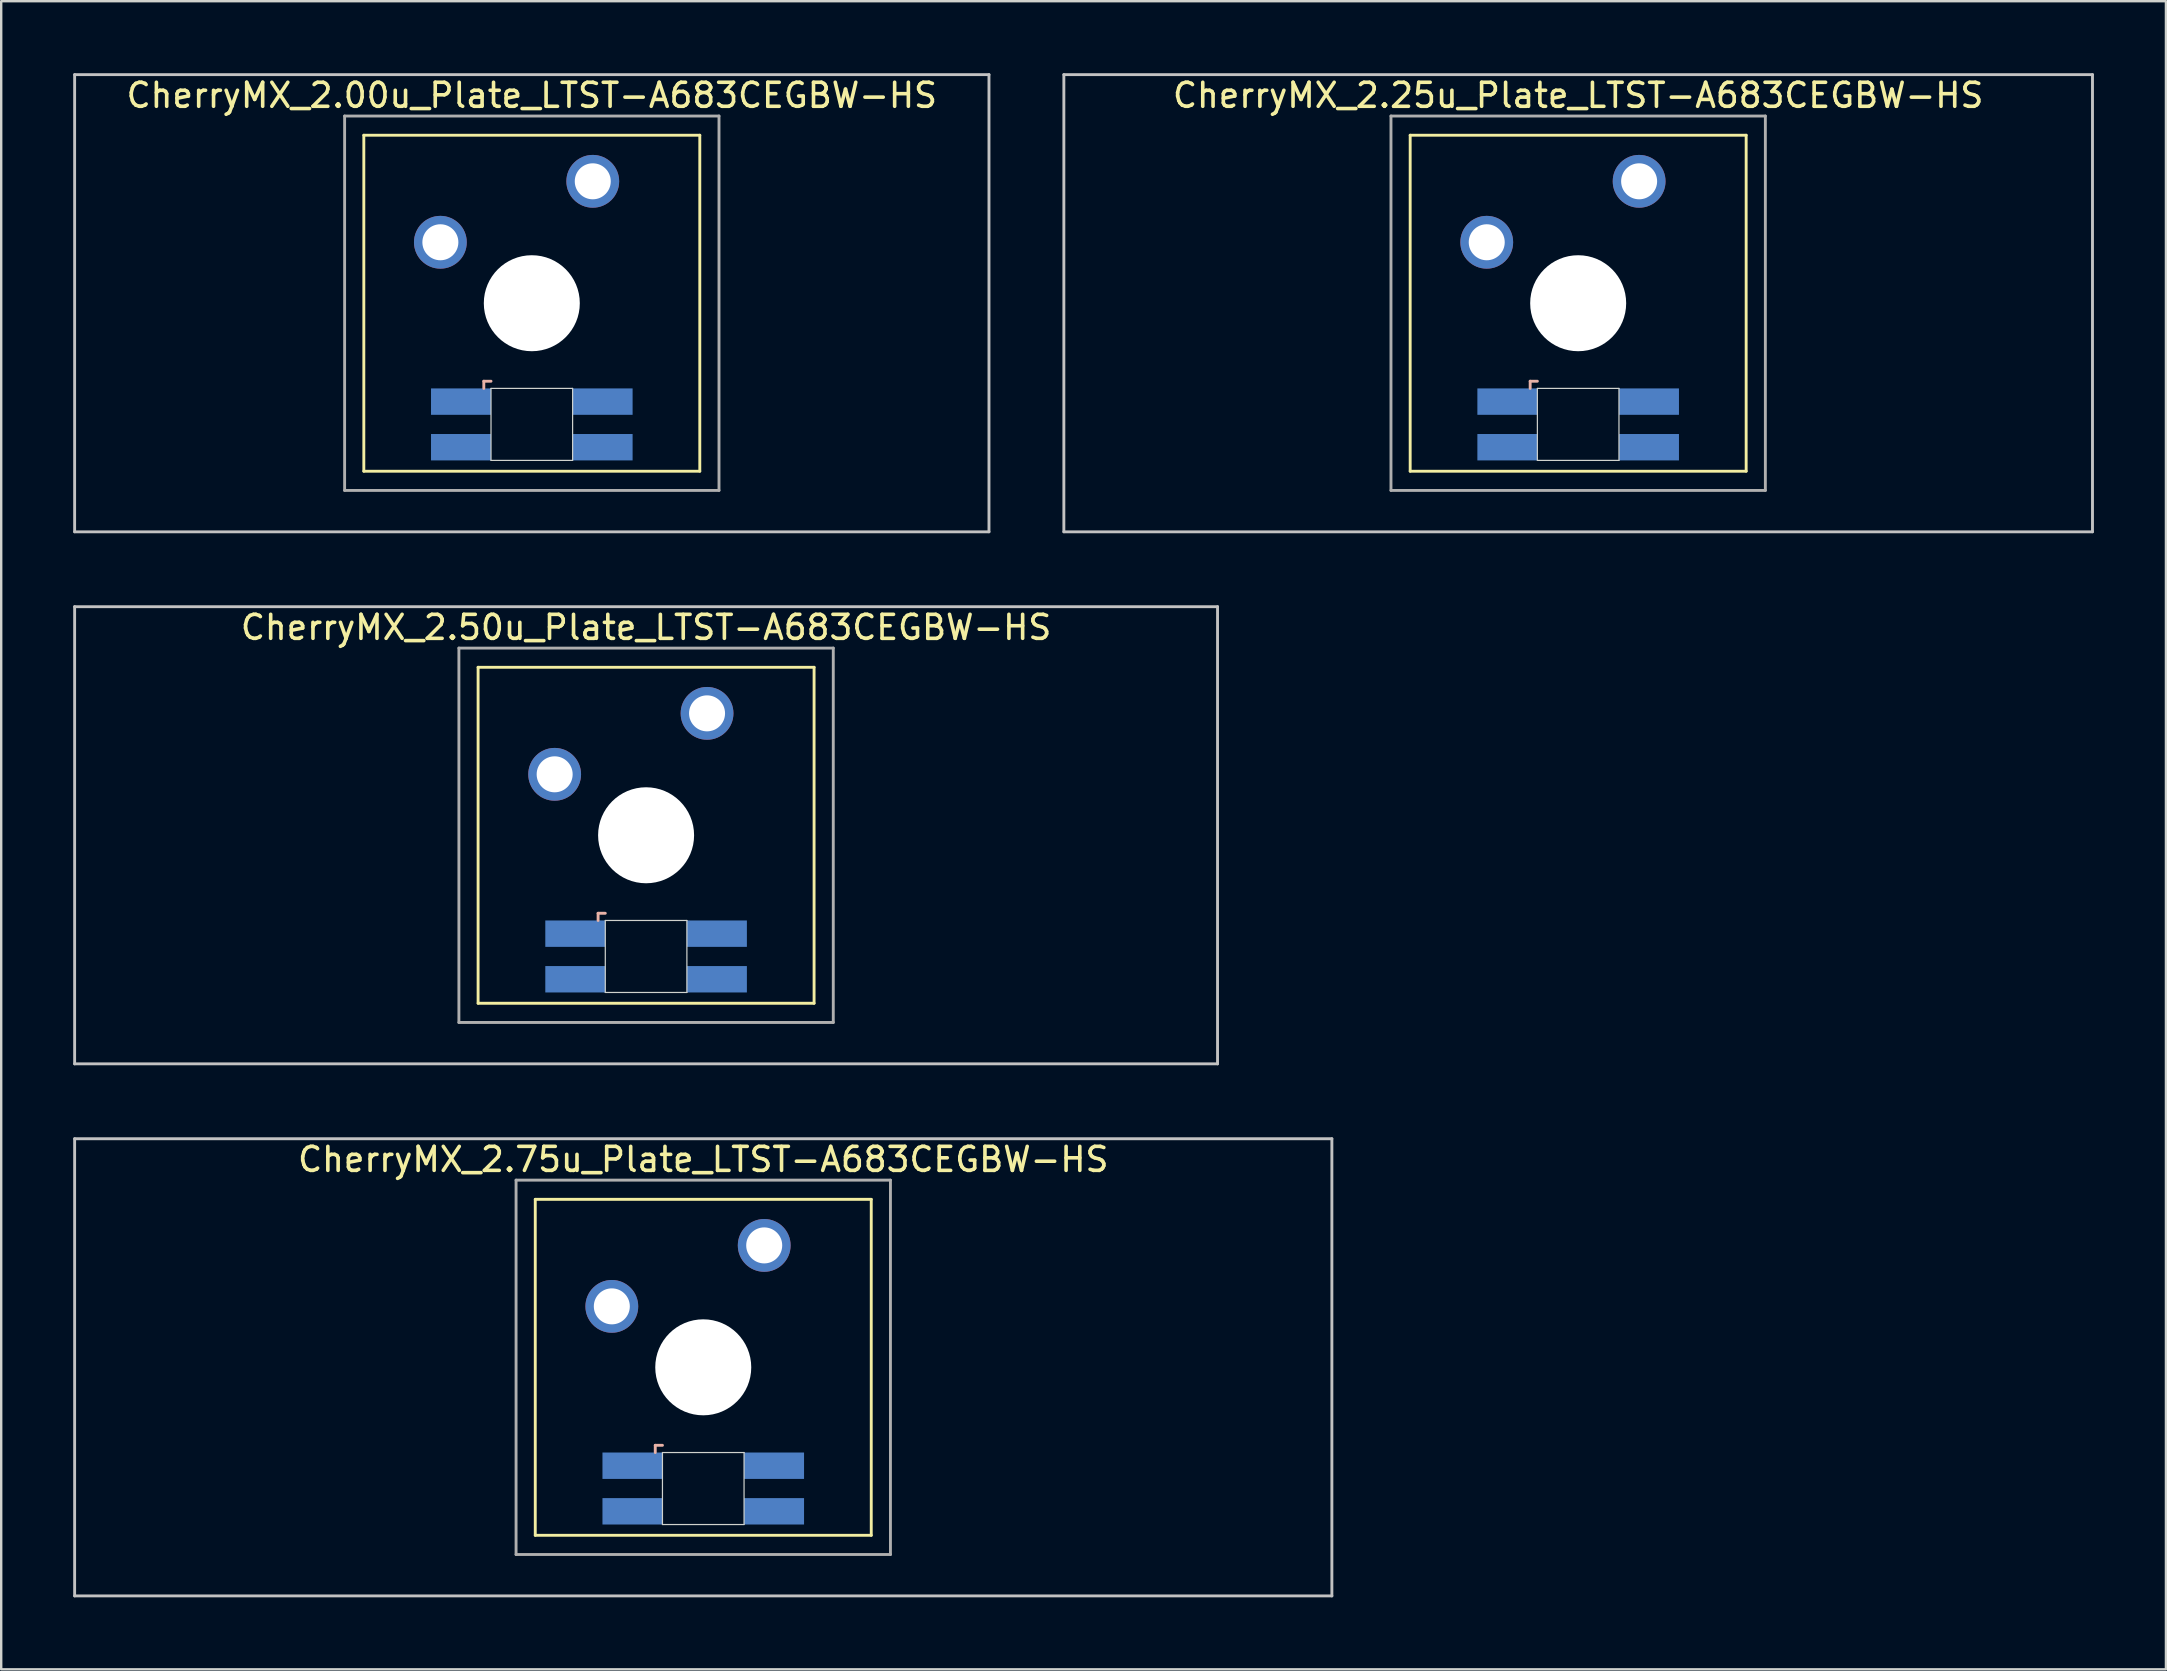
<source format=kicad_pcb>
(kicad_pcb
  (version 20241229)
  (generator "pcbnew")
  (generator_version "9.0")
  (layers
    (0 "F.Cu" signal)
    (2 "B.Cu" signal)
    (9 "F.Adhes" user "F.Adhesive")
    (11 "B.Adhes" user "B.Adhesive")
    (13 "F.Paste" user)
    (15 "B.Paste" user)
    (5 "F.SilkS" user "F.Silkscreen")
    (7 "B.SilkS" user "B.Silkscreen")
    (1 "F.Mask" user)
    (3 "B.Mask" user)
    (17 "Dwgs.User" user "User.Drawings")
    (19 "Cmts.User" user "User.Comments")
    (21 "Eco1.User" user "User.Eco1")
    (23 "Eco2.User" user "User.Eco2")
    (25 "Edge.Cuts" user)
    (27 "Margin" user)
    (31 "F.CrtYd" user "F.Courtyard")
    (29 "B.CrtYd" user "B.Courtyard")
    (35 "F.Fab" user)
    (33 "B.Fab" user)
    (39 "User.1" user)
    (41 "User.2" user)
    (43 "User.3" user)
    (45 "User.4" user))
  (footprint "CherryMX_2.75u_Plate_LTST-A683CEGBW-HS"
    (layer "F.Cu")
    (at 26.254 53.925)
    (property "Reference" "CherryMX_2.75u_Plate_LTST-A683CEGBW-HS" (at 0 -8.662 0) (layer "F.SilkS") (effects (font (size 1 1) (thickness 0.15))))
    (attr through_hole)
    (fp_line (start -7 -7) (end -7 7) (stroke (width 0.12) (type solid)) (layer "F.SilkS"))
    (fp_line (start -7 -7) (end 7 -7) (stroke (width 0.12) (type solid)) (layer "F.SilkS"))
    (fp_line (start 7 -7) (end 7 7) (stroke (width 0.12) (type solid)) (layer "F.SilkS"))
    (fp_line (start 7 7) (end -7 7) (stroke (width 0.12) (type solid)) (layer "F.SilkS"))
    (fp_line (start -2 3.25) (end -2 3.55) (stroke (width 0.12) (type solid)) (layer "B.SilkS"))
    (fp_line (start -1.7 3.25) (end -2 3.25) (stroke (width 0.12) (type solid)) (layer "B.SilkS"))
    (fp_line (start -26.194 -9.525) (end 26.194 -9.525) (stroke (width 0.12) (type solid)) (layer "Dwgs.User"))
    (fp_line (start -26.194 9.525) (end -26.194 -9.525) (stroke (width 0.12) (type solid)) (layer "Dwgs.User"))
    (fp_line (start 26.194 -9.525) (end 26.194 9.525) (stroke (width 0.12) (type solid)) (layer "Dwgs.User"))
    (fp_line (start 26.194 9.525) (end -26.194 9.525) (stroke (width 0.12) (type solid)) (layer "Dwgs.User"))
    (fp_line (start -1.7 3.55) (end 1.7 3.55) (stroke (width 0.05) (type solid)) (layer "Edge.Cuts"))
    (fp_line (start -1.7 6.55) (end -1.7 3.55) (stroke (width 0.05) (type solid)) (layer "Edge.Cuts"))
    (fp_line (start 1.7 3.55) (end 1.7 6.55) (stroke (width 0.05) (type solid)) (layer "Edge.Cuts"))
    (fp_line (start 1.7 6.55) (end -1.7 6.55) (stroke (width 0.05) (type solid)) (layer "Edge.Cuts"))
    (fp_line (start -7.8 -7.8) (end -7.8 7.8) (stroke (width 0.12) (type solid)) (layer "F.Fab"))
    (fp_line (start -7.8 -7.8) (end 7.8 -7.8) (stroke (width 0.12) (type solid)) (layer "F.Fab"))
    (fp_line (start -7.8 7.8) (end 7.8 7.8) (stroke (width 0.12) (type solid)) (layer "F.Fab"))
    (fp_line (start 7.8 -7.8) (end 7.8 7.8) (stroke (width 0.12) (type solid)) (layer "F.Fab"))
    (pad "" np_thru_hole circle (at 0 0) (size 4 4) (drill 4) (layers "*.Cu" "*.Mask"))
    (pad "1" thru_hole circle (at -3.81 -2.54) (size 2.2 2.2) (drill 1.5) (layers "*.Cu" "*.Mask"))
    (pad "2" thru_hole circle (at 2.54 -5.08) (size 2.2 2.2) (drill 1.5) (layers "*.Cu" "*.Mask"))
    (pad "3" smd rect (at -2.95 4.1) (size 2.5 1.1) (layers "B.Cu" "B.Mask" "B.Paste"))
    (pad "4" smd rect (at -2.95 6) (size 2.5 1.1) (layers "B.Cu" "B.Mask" "B.Paste"))
    (pad "5" smd rect (at 2.95 4.1) (size 2.5 1.1) (layers "B.Cu" "B.Mask" "B.Paste"))
    (pad "6" smd rect (at 2.95 6) (size 2.5 1.1) (layers "B.Cu" "B.Mask" "B.Paste")))
  (footprint "CherryMX_2.25u_Plate_LTST-A683CEGBW-HS"
    (layer "F.Cu")
    (at 62.711 9.585)
    (property "Reference" "CherryMX_2.25u_Plate_LTST-A683CEGBW-HS" (at 0 -8.662 0) (layer "F.SilkS") (effects (font (size 1 1) (thickness 0.15))))
    (attr through_hole)
    (fp_line (start -7 -7) (end -7 7) (stroke (width 0.12) (type solid)) (layer "F.SilkS"))
    (fp_line (start -7 -7) (end 7 -7) (stroke (width 0.12) (type solid)) (layer "F.SilkS"))
    (fp_line (start 7 -7) (end 7 7) (stroke (width 0.12) (type solid)) (layer "F.SilkS"))
    (fp_line (start 7 7) (end -7 7) (stroke (width 0.12) (type solid)) (layer "F.SilkS"))
    (fp_line (start -2 3.25) (end -2 3.55) (stroke (width 0.12) (type solid)) (layer "B.SilkS"))
    (fp_line (start -1.7 3.25) (end -2 3.25) (stroke (width 0.12) (type solid)) (layer "B.SilkS"))
    (fp_line (start -21.431 -9.525) (end 21.431 -9.525) (stroke (width 0.12) (type solid)) (layer "Dwgs.User"))
    (fp_line (start -21.431 9.525) (end -21.431 -9.525) (stroke (width 0.12) (type solid)) (layer "Dwgs.User"))
    (fp_line (start 21.431 -9.525) (end 21.431 9.525) (stroke (width 0.12) (type solid)) (layer "Dwgs.User"))
    (fp_line (start 21.431 9.525) (end -21.431 9.525) (stroke (width 0.12) (type solid)) (layer "Dwgs.User"))
    (fp_line (start -1.7 3.55) (end 1.7 3.55) (stroke (width 0.05) (type solid)) (layer "Edge.Cuts"))
    (fp_line (start -1.7 6.55) (end -1.7 3.55) (stroke (width 0.05) (type solid)) (layer "Edge.Cuts"))
    (fp_line (start 1.7 3.55) (end 1.7 6.55) (stroke (width 0.05) (type solid)) (layer "Edge.Cuts"))
    (fp_line (start 1.7 6.55) (end -1.7 6.55) (stroke (width 0.05) (type solid)) (layer "Edge.Cuts"))
    (fp_line (start -7.8 -7.8) (end -7.8 7.8) (stroke (width 0.12) (type solid)) (layer "F.Fab"))
    (fp_line (start -7.8 -7.8) (end 7.8 -7.8) (stroke (width 0.12) (type solid)) (layer "F.Fab"))
    (fp_line (start -7.8 7.8) (end 7.8 7.8) (stroke (width 0.12) (type solid)) (layer "F.Fab"))
    (fp_line (start 7.8 -7.8) (end 7.8 7.8) (stroke (width 0.12) (type solid)) (layer "F.Fab"))
    (pad "" np_thru_hole circle (at 0 0) (size 4 4) (drill 4) (layers "*.Cu" "*.Mask"))
    (pad "1" thru_hole circle (at -3.81 -2.54) (size 2.2 2.2) (drill 1.5) (layers "*.Cu" "*.Mask"))
    (pad "2" thru_hole circle (at 2.54 -5.08) (size 2.2 2.2) (drill 1.5) (layers "*.Cu" "*.Mask"))
    (pad "3" smd rect (at -2.95 4.1) (size 2.5 1.1) (layers "B.Cu" "B.Mask" "B.Paste"))
    (pad "4" smd rect (at -2.95 6) (size 2.5 1.1) (layers "B.Cu" "B.Mask" "B.Paste"))
    (pad "5" smd rect (at 2.95 4.1) (size 2.5 1.1) (layers "B.Cu" "B.Mask" "B.Paste"))
    (pad "6" smd rect (at 2.95 6) (size 2.5 1.1) (layers "B.Cu" "B.Mask" "B.Paste")))
  (footprint "CherryMX_2.50u_Plate_LTST-A683CEGBW-HS"
    (layer "F.Cu")
    (at 23.872 31.755)
    (property "Reference" "CherryMX_2.50u_Plate_LTST-A683CEGBW-HS" (at 0 -8.662 0) (layer "F.SilkS") (effects (font (size 1 1) (thickness 0.15))))
    (attr through_hole)
    (fp_line (start -7 -7) (end -7 7) (stroke (width 0.12) (type solid)) (layer "F.SilkS"))
    (fp_line (start -7 -7) (end 7 -7) (stroke (width 0.12) (type solid)) (layer "F.SilkS"))
    (fp_line (start 7 -7) (end 7 7) (stroke (width 0.12) (type solid)) (layer "F.SilkS"))
    (fp_line (start 7 7) (end -7 7) (stroke (width 0.12) (type solid)) (layer "F.SilkS"))
    (fp_line (start -2 3.25) (end -2 3.55) (stroke (width 0.12) (type solid)) (layer "B.SilkS"))
    (fp_line (start -1.7 3.25) (end -2 3.25) (stroke (width 0.12) (type solid)) (layer "B.SilkS"))
    (fp_line (start -23.812 -9.525) (end 23.812 -9.525) (stroke (width 0.12) (type solid)) (layer "Dwgs.User"))
    (fp_line (start -23.812 9.525) (end -23.812 -9.525) (stroke (width 0.12) (type solid)) (layer "Dwgs.User"))
    (fp_line (start 23.812 -9.525) (end 23.812 9.525) (stroke (width 0.12) (type solid)) (layer "Dwgs.User"))
    (fp_line (start 23.812 9.525) (end -23.812 9.525) (stroke (width 0.12) (type solid)) (layer "Dwgs.User"))
    (fp_line (start -1.7 3.55) (end 1.7 3.55) (stroke (width 0.05) (type solid)) (layer "Edge.Cuts"))
    (fp_line (start -1.7 6.55) (end -1.7 3.55) (stroke (width 0.05) (type solid)) (layer "Edge.Cuts"))
    (fp_line (start 1.7 3.55) (end 1.7 6.55) (stroke (width 0.05) (type solid)) (layer "Edge.Cuts"))
    (fp_line (start 1.7 6.55) (end -1.7 6.55) (stroke (width 0.05) (type solid)) (layer "Edge.Cuts"))
    (fp_line (start -7.8 -7.8) (end -7.8 7.8) (stroke (width 0.12) (type solid)) (layer "F.Fab"))
    (fp_line (start -7.8 -7.8) (end 7.8 -7.8) (stroke (width 0.12) (type solid)) (layer "F.Fab"))
    (fp_line (start -7.8 7.8) (end 7.8 7.8) (stroke (width 0.12) (type solid)) (layer "F.Fab"))
    (fp_line (start 7.8 -7.8) (end 7.8 7.8) (stroke (width 0.12) (type solid)) (layer "F.Fab"))
    (pad "" np_thru_hole circle (at 0 0) (size 4 4) (drill 4) (layers "*.Cu" "*.Mask"))
    (pad "1" thru_hole circle (at -3.81 -2.54) (size 2.2 2.2) (drill 1.5) (layers "*.Cu" "*.Mask"))
    (pad "2" thru_hole circle (at 2.54 -5.08) (size 2.2 2.2) (drill 1.5) (layers "*.Cu" "*.Mask"))
    (pad "3" smd rect (at -2.95 4.1) (size 2.5 1.1) (layers "B.Cu" "B.Mask" "B.Paste"))
    (pad "4" smd rect (at -2.95 6) (size 2.5 1.1) (layers "B.Cu" "B.Mask" "B.Paste"))
    (pad "5" smd rect (at 2.95 4.1) (size 2.5 1.1) (layers "B.Cu" "B.Mask" "B.Paste"))
    (pad "6" smd rect (at 2.95 6) (size 2.5 1.1) (layers "B.Cu" "B.Mask" "B.Paste")))
  (footprint "CherryMX_2.00u_Plate_LTST-A683CEGBW-HS"
    (layer "F.Cu")
    (at 19.11 9.585)
    (property "Reference" "CherryMX_2.00u_Plate_LTST-A683CEGBW-HS" (at 0 -8.662 0) (layer "F.SilkS") (effects (font (size 1 1) (thickness 0.15))))
    (attr through_hole)
    (fp_line (start -7 -7) (end -7 7) (stroke (width 0.12) (type solid)) (layer "F.SilkS"))
    (fp_line (start -7 -7) (end 7 -7) (stroke (width 0.12) (type solid)) (layer "F.SilkS"))
    (fp_line (start 7 -7) (end 7 7) (stroke (width 0.12) (type solid)) (layer "F.SilkS"))
    (fp_line (start 7 7) (end -7 7) (stroke (width 0.12) (type solid)) (layer "F.SilkS"))
    (fp_line (start -2 3.25) (end -2 3.55) (stroke (width 0.12) (type solid)) (layer "B.SilkS"))
    (fp_line (start -1.7 3.25) (end -2 3.25) (stroke (width 0.12) (type solid)) (layer "B.SilkS"))
    (fp_line (start -19.05 -9.525) (end 19.05 -9.525) (stroke (width 0.12) (type solid)) (layer "Dwgs.User"))
    (fp_line (start -19.05 9.525) (end -19.05 -9.525) (stroke (width 0.12) (type solid)) (layer "Dwgs.User"))
    (fp_line (start 19.05 -9.525) (end 19.05 9.525) (stroke (width 0.12) (type solid)) (layer "Dwgs.User"))
    (fp_line (start 19.05 9.525) (end -19.05 9.525) (stroke (width 0.12) (type solid)) (layer "Dwgs.User"))
    (fp_line (start -1.7 3.55) (end 1.7 3.55) (stroke (width 0.05) (type solid)) (layer "Edge.Cuts"))
    (fp_line (start -1.7 6.55) (end -1.7 3.55) (stroke (width 0.05) (type solid)) (layer "Edge.Cuts"))
    (fp_line (start 1.7 3.55) (end 1.7 6.55) (stroke (width 0.05) (type solid)) (layer "Edge.Cuts"))
    (fp_line (start 1.7 6.55) (end -1.7 6.55) (stroke (width 0.05) (type solid)) (layer "Edge.Cuts"))
    (fp_line (start -7.8 -7.8) (end -7.8 7.8) (stroke (width 0.12) (type solid)) (layer "F.Fab"))
    (fp_line (start -7.8 -7.8) (end 7.8 -7.8) (stroke (width 0.12) (type solid)) (layer "F.Fab"))
    (fp_line (start -7.8 7.8) (end 7.8 7.8) (stroke (width 0.12) (type solid)) (layer "F.Fab"))
    (fp_line (start 7.8 -7.8) (end 7.8 7.8) (stroke (width 0.12) (type solid)) (layer "F.Fab"))
    (pad "" np_thru_hole circle (at 0 0) (size 4 4) (drill 4) (layers "*.Cu" "*.Mask"))
    (pad "1" thru_hole circle (at -3.81 -2.54) (size 2.2 2.2) (drill 1.5) (layers "*.Cu" "*.Mask"))
    (pad "2" thru_hole circle (at 2.54 -5.08) (size 2.2 2.2) (drill 1.5) (layers "*.Cu" "*.Mask"))
    (pad "3" smd rect (at -2.95 4.1) (size 2.5 1.1) (layers "B.Cu" "B.Mask" "B.Paste"))
    (pad "4" smd rect (at -2.95 6) (size 2.5 1.1) (layers "B.Cu" "B.Mask" "B.Paste"))
    (pad "5" smd rect (at 2.95 4.1) (size 2.5 1.1) (layers "B.Cu" "B.Mask" "B.Paste"))
    (pad "6" smd rect (at 2.95 6) (size 2.5 1.1) (layers "B.Cu" "B.Mask" "B.Paste")))
  (gr_rect
    (start -3 -3)
    (end 87.203 66.51)
    (stroke (width 0.1) (type default))
    (fill no)
    (layer "Edge.Cuts")))
</source>
